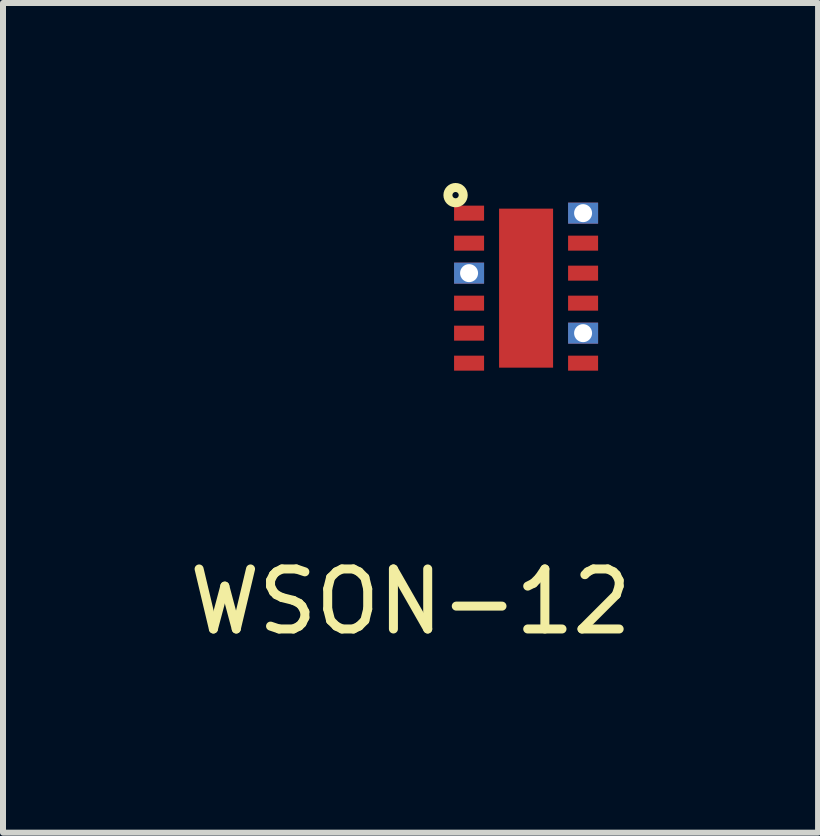
<source format=kicad_pcb>
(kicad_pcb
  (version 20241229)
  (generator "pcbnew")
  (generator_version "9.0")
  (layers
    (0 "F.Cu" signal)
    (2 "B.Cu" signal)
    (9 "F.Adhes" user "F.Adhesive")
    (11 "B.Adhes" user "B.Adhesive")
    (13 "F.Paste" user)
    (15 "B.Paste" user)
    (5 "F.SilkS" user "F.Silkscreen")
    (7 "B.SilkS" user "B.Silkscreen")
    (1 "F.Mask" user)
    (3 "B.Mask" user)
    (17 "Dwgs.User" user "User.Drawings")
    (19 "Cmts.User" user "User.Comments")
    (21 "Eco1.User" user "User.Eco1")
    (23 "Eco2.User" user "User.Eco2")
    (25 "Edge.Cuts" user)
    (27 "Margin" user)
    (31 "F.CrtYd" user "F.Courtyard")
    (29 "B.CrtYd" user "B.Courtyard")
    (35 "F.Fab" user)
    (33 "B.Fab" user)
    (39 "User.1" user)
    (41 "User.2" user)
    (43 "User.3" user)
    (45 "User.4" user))
  (footprint "WSON-12"
    (layer "F.Cu")
    (at 4.767 0.502)
    (property "Reference" "WSON-12" (at -0.975 6.475 0) (layer "F.SilkS") (effects (font (size 1 1) (thickness 0.15))))
    (attr through_hole)
    (fp_circle (center -0.225 -0.3) (end -0.1 -0.325) (stroke (width 0.15) (type solid)) (fill no) (layer "F.SilkS"))
    (pad "1" smd rect (at 0 0) (size 0.5 0.25) (layers "F.Cu" "F.Mask" "F.Paste"))
    (pad "2" smd rect (at 0 0.5) (size 0.5 0.25) (layers "F.Cu" "F.Mask" "F.Paste"))
    (pad "3" thru_hole rect (at 0 1) (size 0.5 0.35) (drill 0.3) (layers "*.Cu" "*.Mask"))
    (pad "4" smd rect (at 0 1.5) (size 0.5 0.25) (layers "F.Cu" "F.Mask" "F.Paste"))
    (pad "5" smd rect (at 0 2) (size 0.5 0.25) (layers "F.Cu" "F.Mask" "F.Paste"))
    (pad "6" smd rect (at 0 2.5) (size 0.5 0.25) (layers "F.Cu" "F.Mask" "F.Paste"))
    (pad "7" smd rect (at 1.9 2.5) (size 0.5 0.25) (layers "F.Cu" "F.Mask" "F.Paste"))
    (pad "8" thru_hole rect (at 1.9 2) (size 0.5 0.35) (drill 0.3) (layers "*.Cu" "*.Mask"))
    (pad "9" smd rect (at 1.9 1.5) (size 0.5 0.25) (layers "F.Cu" "F.Mask" "F.Paste"))
    (pad "10" smd rect (at 1.9 1) (size 0.5 0.25) (layers "F.Cu" "F.Mask" "F.Paste"))
    (pad "11" smd rect (at 1.9 0.5) (size 0.5 0.25) (layers "F.Cu" "F.Mask" "F.Paste"))
    (pad "12" thru_hole rect (at 1.9 0) (size 0.5 0.35) (drill 0.3) (layers "*.Cu" "*.Mask"))
    (pad "13" smd rect (at 0.95 1.25) (size 0.9 2.65) (layers "F.Cu" "F.Mask" "F.Paste")))
  (gr_rect
    (start -3 -3)
    (end 10.583 10.826)
    (stroke (width 0.1) (type default))
    (fill no)
    (layer "Edge.Cuts")))
</source>
